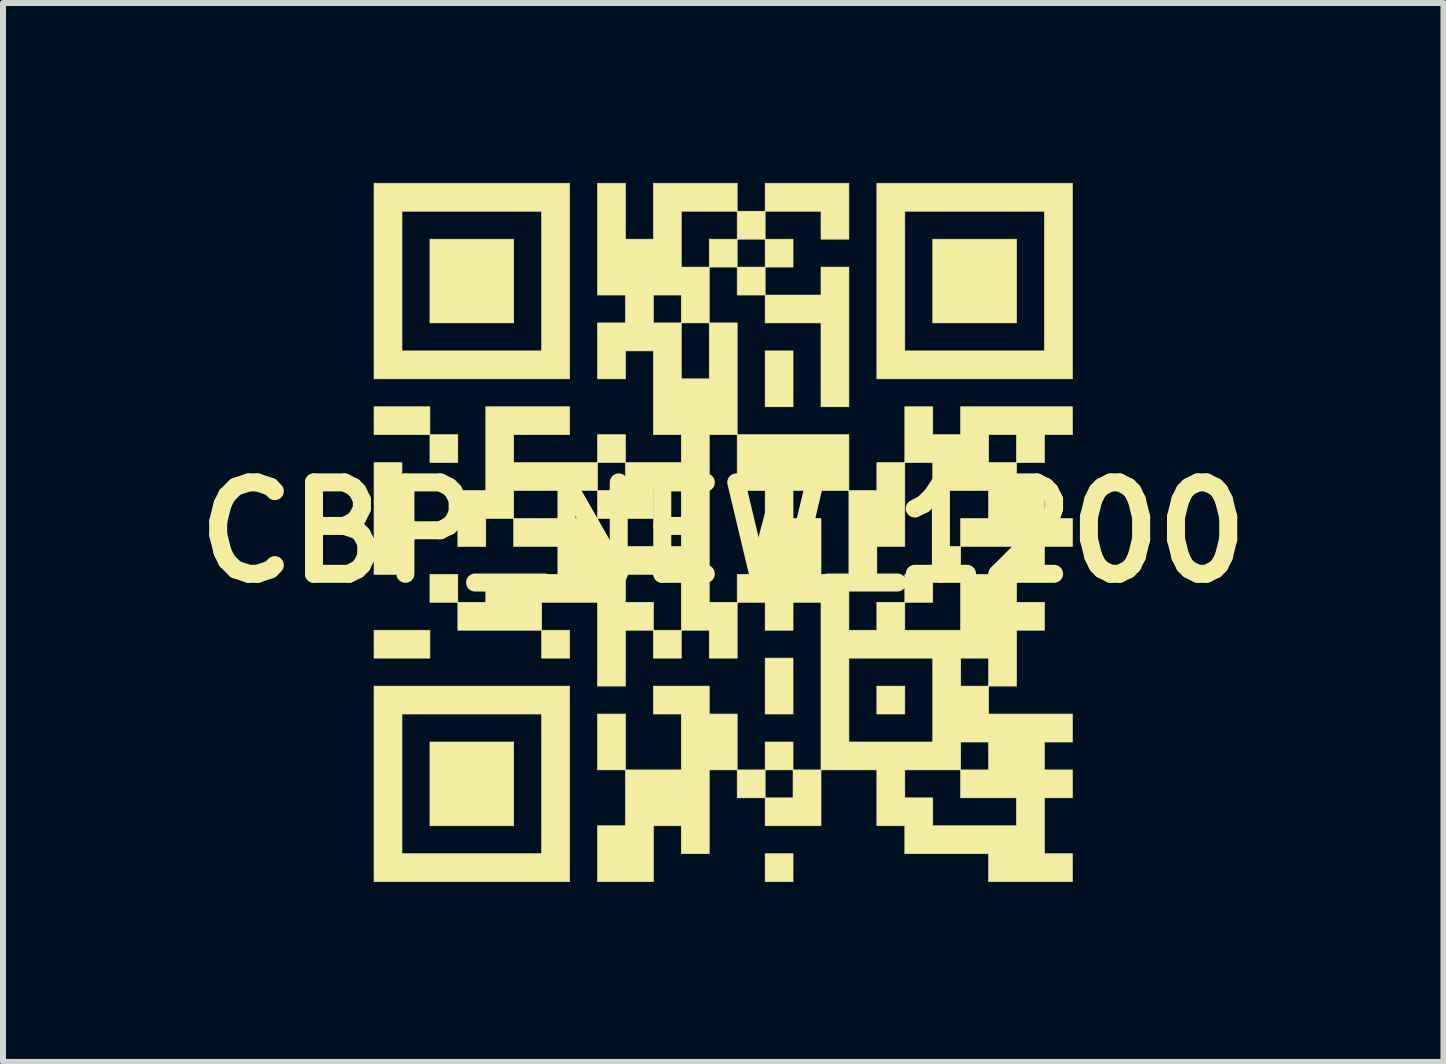
<source format=kicad_pcb>
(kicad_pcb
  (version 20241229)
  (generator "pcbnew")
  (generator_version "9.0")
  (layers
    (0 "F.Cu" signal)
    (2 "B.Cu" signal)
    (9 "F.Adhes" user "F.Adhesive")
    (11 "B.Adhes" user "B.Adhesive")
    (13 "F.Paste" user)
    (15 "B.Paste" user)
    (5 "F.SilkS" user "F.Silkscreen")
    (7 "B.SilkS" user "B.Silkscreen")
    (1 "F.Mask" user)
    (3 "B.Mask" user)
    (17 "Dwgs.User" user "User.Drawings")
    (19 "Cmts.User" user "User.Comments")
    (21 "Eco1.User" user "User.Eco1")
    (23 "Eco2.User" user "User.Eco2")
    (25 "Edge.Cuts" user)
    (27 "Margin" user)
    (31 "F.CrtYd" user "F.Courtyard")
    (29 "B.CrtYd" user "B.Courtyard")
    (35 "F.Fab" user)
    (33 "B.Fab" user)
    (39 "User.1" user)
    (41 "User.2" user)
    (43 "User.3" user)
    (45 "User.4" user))
  (footprint "CBP_NEW_1200"
    (layer "F.Cu")
    (at 9.006 5.826)
    (property "Reference" "CBP_NEW_1200" (at 0 0 0) (layer "F.SilkS") (effects (font (size 1.524 1.524) (thickness 0.3))))
    (attr through_hole)
    (fp_poly (pts (xy -5.355 0.699) (xy -5.821 0.699) (xy -5.821 -1.164) (xy -5.355 -1.164) (xy -5.355 0.699)) (stroke (width 0.01) (type solid)) (fill yes) (layer "F.SilkS"))
    (fp_poly (pts (xy -4.889 -1.63) (xy -5.821 -1.63) (xy -5.821 -2.095) (xy -4.889 -2.095) (xy -4.889 -1.63)) (stroke (width 0.01) (type solid)) (fill yes) (layer "F.SilkS"))
    (fp_poly (pts (xy -4.889 2.095) (xy -5.821 2.095) (xy -5.821 1.63) (xy -4.889 1.63) (xy -4.889 2.095)) (stroke (width 0.01) (type solid)) (fill yes) (layer "F.SilkS"))
    (fp_poly (pts (xy -4.424 -1.164) (xy -4.889 -1.164) (xy -4.889 -1.63) (xy -4.424 -1.63) (xy -4.424 -1.164)) (stroke (width 0.01) (type solid)) (fill yes) (layer "F.SilkS"))
    (fp_poly (pts (xy -4.424 1.164) (xy -4.889 1.164) (xy -4.889 0.699) (xy -4.424 0.699) (xy -4.424 1.164)) (stroke (width 0.01) (type solid)) (fill yes) (layer "F.SilkS"))
    (fp_poly (pts (xy -3.493 -3.493) (xy -4.889 -3.493) (xy -4.889 -4.889) (xy -3.493 -4.889) (xy -3.493 -3.493)) (stroke (width 0.01) (type solid)) (fill yes) (layer "F.SilkS"))
    (fp_poly (pts (xy -3.493 4.889) (xy -4.889 4.889) (xy -4.889 3.493) (xy -3.493 3.493) (xy -3.493 4.889)) (stroke (width 0.01) (type solid)) (fill yes) (layer "F.SilkS"))
    (fp_poly (pts (xy -2.561 2.095) (xy -3.027 2.095) (xy -3.027 1.63) (xy -2.561 1.63) (xy -2.561 2.095)) (stroke (width 0.01) (type solid)) (fill yes) (layer "F.SilkS"))
    (fp_poly (pts (xy -1.63 3.958) (xy -2.095 3.958) (xy -2.095 3.027) (xy -1.63 3.027) (xy -1.63 3.958)) (stroke (width 0.01) (type solid)) (fill yes) (layer "F.SilkS"))
    (fp_poly (pts (xy 0.699 -3.958) (xy 0.233 -3.958) (xy 0.233 -4.424) (xy 0.699 -4.424) (xy 0.699 -3.958)) (stroke (width 0.01) (type solid)) (fill yes) (layer "F.SilkS"))
    (fp_poly (pts (xy 1.164 -4.424) (xy 0.699 -4.424) (xy 0.699 -4.889) (xy 1.164 -4.889) (xy 1.164 -4.424)) (stroke (width 0.01) (type solid)) (fill yes) (layer "F.SilkS"))
    (fp_poly (pts (xy 1.164 -2.095) (xy 0.699 -2.095) (xy 0.699 -3.027) (xy 1.164 -3.027) (xy 1.164 -2.095)) (stroke (width 0.01) (type solid)) (fill yes) (layer "F.SilkS"))
    (fp_poly (pts (xy 1.164 3.027) (xy 0.699 3.027) (xy 0.699 2.095) (xy 1.164 2.095) (xy 1.164 3.027)) (stroke (width 0.01) (type solid)) (fill yes) (layer "F.SilkS"))
    (fp_poly (pts (xy 1.164 5.821) (xy 0.699 5.821) (xy 0.699 5.355) (xy 1.164 5.355) (xy 1.164 5.821)) (stroke (width 0.01) (type solid)) (fill yes) (layer "F.SilkS"))
    (fp_poly (pts (xy 3.027 3.027) (xy 2.561 3.027) (xy 2.561 2.561) (xy 3.027 2.561) (xy 3.027 3.027)) (stroke (width 0.01) (type solid)) (fill yes) (layer "F.SilkS"))
    (fp_poly (pts (xy 3.493 1.164) (xy 3.027 1.164) (xy 3.027 0.699) (xy 3.493 0.699) (xy 3.493 1.164)) (stroke (width 0.01) (type solid)) (fill yes) (layer "F.SilkS"))
    (fp_poly (pts (xy 3.958 0.699) (xy 3.493 0.699) (xy 3.493 0.233) (xy 3.958 0.233) (xy 3.958 0.699)) (stroke (width 0.01) (type solid)) (fill yes) (layer "F.SilkS"))
    (fp_poly (pts (xy 4.889 -3.493) (xy 3.493 -3.493) (xy 3.493 -4.889) (xy 4.889 -4.889) (xy 4.889 -3.493)) (stroke (width 0.01) (type solid)) (fill yes) (layer "F.SilkS"))
    (fp_poly (pts (xy 2.095 -4.889) (xy 1.63 -4.889) (xy 1.63 -5.355) (xy 0.699 -5.355) (xy 0.699 -5.821) (xy 2.095 -5.821) (xy 2.095 -4.889)) (stroke (width 0.01) (type solid)) (fill yes) (layer "F.SilkS"))
    (fp_poly (pts (xy 2.095 -2.095) (xy 1.63 -2.095) (xy 1.63 -3.493) (xy 0.699 -3.493) (xy 0.699 -3.958) (xy 1.63 -3.958) (xy 1.63 -4.424) (xy 2.095 -4.424) (xy 2.095 -2.095)) (stroke (width 0.01) (type solid)) (fill yes) (layer "F.SilkS"))
    (fp_poly (pts (xy -2.561 -2.561) (xy -5.821 -2.561) (xy -5.821 -5.355) (xy -5.355 -5.355) (xy -5.355 -3.027) (xy -3.027 -3.027) (xy -3.027 -5.355) (xy -5.355 -5.355) (xy -5.821 -5.355) (xy -5.821 -5.821) (xy -2.561 -5.821) (xy -2.561 -2.561)) (stroke (width 0.01) (type solid)) (fill yes) (layer "F.SilkS"))
    (fp_poly (pts (xy -2.561 5.821) (xy -5.821 5.821) (xy -5.821 3.027) (xy -5.355 3.027) (xy -5.355 5.355) (xy -3.027 5.355) (xy -3.027 3.027) (xy -5.355 3.027) (xy -5.821 3.027) (xy -5.821 2.561) (xy -2.561 2.561) (xy -2.561 5.821)) (stroke (width 0.01) (type solid)) (fill yes) (layer "F.SilkS"))
    (fp_poly (pts (xy 5.821 -2.561) (xy 2.561 -2.561) (xy 2.561 -5.355) (xy 3.027 -5.355) (xy 3.027 -3.027) (xy 5.355 -3.027) (xy 5.355 -5.355) (xy 3.027 -5.355) (xy 2.561 -5.355) (xy 2.561 -5.821) (xy 5.821 -5.821) (xy 5.821 -2.561)) (stroke (width 0.01) (type solid)) (fill yes) (layer "F.SilkS"))
    (fp_poly (pts (xy 1.63 3.958) (xy 1.63 4.889) (xy 0.699 4.889) (xy 0.699 4.424) (xy 0.233 4.424) (xy 0.233 3.958) (xy 0.699 3.958) (xy 0.699 4.424) (xy 1.164 4.424) (xy 1.164 3.958) (xy 0.699 3.958) (xy 0.699 3.493) (xy 1.164 3.493) (xy 1.164 3.958) (xy 1.63 3.958)) (stroke (width 0.01) (type solid)) (fill yes) (layer "F.SilkS"))
    (fp_poly (pts (xy -0.233 3.027) (xy 0.233 3.027) (xy 0.233 3.958) (xy -0.233 3.958) (xy -0.233 5.355) (xy -0.699 5.355) (xy -0.699 4.889) (xy -1.164 4.889) (xy -1.164 5.821) (xy -2.095 5.821) (xy -2.095 4.889) (xy -1.63 4.889) (xy -1.63 3.958) (xy -0.699 3.958) (xy -0.699 3.027) (xy -1.164 3.027) (xy -1.164 2.561) (xy -0.233 2.561) (xy -0.233 3.027)) (stroke (width 0.01) (type solid)) (fill yes) (layer "F.SilkS"))
    (fp_poly (pts (xy 0.233 -3.493) (xy 0.233 -1.63) (xy -0.233 -1.63) (xy -0.233 1.164) (xy 0.233 1.164) (xy 0.233 2.095) (xy -0.233 2.095) (xy -0.233 1.63) (xy -0.699 1.63) (xy -0.699 2.095) (xy -1.164 2.095) (xy -1.164 1.63) (xy -1.63 1.63) (xy -1.63 2.561) (xy -2.095 2.561) (xy -2.095 1.164) (xy -3.027 1.164) (xy -3.027 1.63) (xy -4.424 1.63) (xy -4.424 1.164) (xy -3.958 1.164) (xy -3.958 0.699) (xy -2.561 0.699) (xy -1.63 0.699) (xy -1.63 1.164) (xy -1.164 1.164) (xy -1.164 1.63) (xy -0.699 1.63) (xy -0.699 0.699) (xy -1.63 0.699) (xy -2.561 0.699) (xy -2.561 0.233) (xy -3.493 0.233) (xy -3.493 -0.233) (xy -3.958 -0.233) (xy -3.958 0.233) (xy -4.424 0.233) (xy -4.424 -0.699) (xy -3.958 -0.699) (xy -3.493 -0.699) (xy -3.493 -0.233) (xy -2.095 -0.233) (xy -2.095 0.233) (xy -0.699 0.233) (xy -0.699 -0.699) (xy -1.164 -0.699) (xy -1.164 -0.233) (xy -2.095 -0.233) (xy -2.095 -0.699) (xy -3.493 -0.699) (xy -3.958 -0.699) (xy -3.958 -2.095) (xy -2.561 -2.095) (xy -2.561 -1.63) (xy -3.493 -1.63) (xy -3.493 -1.164) (xy -2.095 -1.164) (xy -2.095 -0.699) (xy -1.63 -0.699) (xy -1.63 -1.164) (xy -2.095 -1.164) (xy -2.095 -1.63) (xy -1.63 -1.63) (xy -1.63 -1.164) (xy -0.699 -1.164) (xy -0.699 -1.63) (xy -1.164 -1.63) (xy -1.164 -3.027) (xy -1.63 -3.027) (xy -1.63 -2.561) (xy -2.095 -2.561) (xy -2.095 -3.493) (xy -1.63 -3.493) (xy -1.63 -3.958) (xy -1.164 -3.958) (xy -1.164 -3.493) (xy -0.699 -3.493) (xy -0.699 -2.561) (xy -0.233 -2.561) (xy -0.233 -3.493) (xy -0.699 -3.493) (xy -0.699 -3.958) (xy -1.164 -3.958) (xy -1.63 -3.958) (xy -2.095 -3.958) (xy -2.095 -5.821) (xy -1.63 -5.821) (xy -1.63 -4.889) (xy -1.164 -4.889) (xy -1.164 -5.355) (xy -0.699 -5.355) (xy -0.699 -4.424) (xy -0.233 -4.424) (xy -0.233 -4.889) (xy 0.233 -4.889) (xy 0.233 -5.355) (xy -0.699 -5.355) (xy -1.164 -5.355) (xy -1.164 -5.821) (xy 0.233 -5.821) (xy 0.233 -5.355) (xy 0.699 -5.355) (xy 0.699 -4.889) (xy 0.233 -4.889) (xy 0.233 -4.424) (xy -0.233 -4.424) (xy -0.233 -3.493) (xy 0.233 -3.493)) (stroke (width 0.01) (type solid)) (fill yes) (layer "F.SilkS"))
    (fp_poly (pts (xy 3.493 -1.63) (xy 3.958 -1.63) (xy 4.424 -1.63) (xy 4.424 -1.164) (xy 4.889 -1.164) (xy 4.889 -1.63) (xy 4.424 -1.63) (xy 3.958 -1.63) (xy 3.958 -2.095) (xy 5.821 -2.095) (xy 5.821 -1.63) (xy 5.355 -1.63) (xy 5.355 -1.164) (xy 4.889 -1.164) (xy 4.889 -0.699) (xy 5.355 -0.699) (xy 5.355 -0.233) (xy 5.821 -0.233) (xy 5.821 0.233) (xy 5.355 0.233) (xy 5.355 0.699) (xy 4.889 0.699) (xy 4.889 1.164) (xy 5.355 1.164) (xy 5.355 1.63) (xy 4.889 1.63) (xy 4.889 2.561) (xy 4.424 2.561) (xy 4.424 3.027) (xy 5.821 3.027) (xy 5.821 3.493) (xy 5.355 3.493) (xy 5.355 3.958) (xy 5.821 3.958) (xy 5.821 4.424) (xy 5.355 4.424) (xy 5.355 5.355) (xy 5.821 5.355) (xy 5.821 5.821) (xy 4.424 5.821) (xy 4.424 5.355) (xy 3.027 5.355) (xy 3.027 4.889) (xy 2.561 4.889) (xy 2.561 3.958) (xy 3.027 3.958) (xy 3.027 4.424) (xy 3.493 4.424) (xy 3.493 4.889) (xy 4.889 4.889) (xy 4.889 4.424) (xy 3.958 4.424) (xy 3.958 3.958) (xy 3.027 3.958) (xy 2.561 3.958) (xy 1.63 3.958) (xy 1.63 2.095) (xy 2.095 2.095) (xy 2.095 3.493) (xy 3.493 3.493) (xy 3.958 3.493) (xy 3.958 3.958) (xy 4.424 3.958) (xy 4.424 3.493) (xy 3.958 3.493) (xy 3.493 3.493) (xy 3.493 2.095) (xy 3.958 2.095) (xy 3.958 2.561) (xy 4.424 2.561) (xy 4.424 2.095) (xy 3.958 2.095) (xy 3.493 2.095) (xy 2.095 2.095) (xy 1.63 2.095) (xy 1.63 1.164) (xy 1.164 1.164) (xy 1.164 1.63) (xy 0.699 1.63) (xy 0.699 1.164) (xy 0.233 1.164) (xy 0.233 0.699) (xy 0.699 0.699) (xy 0.699 -0.699) (xy 1.164 -0.699) (xy 1.164 -0.233) (xy 1.63 -0.233) (xy 1.63 0.699) (xy 2.095 0.699) (xy 2.095 1.63) (xy 2.561 1.63) (xy 2.561 1.164) (xy 3.027 1.164) (xy 3.027 1.63) (xy 3.958 1.63) (xy 3.958 0.699) (xy 4.889 0.699) (xy 4.889 0.233) (xy 3.958 0.233) (xy 3.958 -0.233) (xy 4.424 -0.233) (xy 4.424 -0.699) (xy 3.493 -0.699) (xy 3.493 -1.164) (xy 3.027 -1.164) (xy 3.027 0.233) (xy 2.561 0.233) (xy 2.561 0.699) (xy 2.095 0.699) (xy 2.095 -0.699) (xy 1.164 -0.699) (xy 0.699 -0.699) (xy 0.233 -0.699) (xy 0.233 -1.63) (xy 2.095 -1.63) (xy 2.095 -0.699) (xy 2.561 -0.699) (xy 2.561 -1.164) (xy 3.027 -1.164) (xy 3.027 -2.095) (xy 3.493 -2.095) (xy 3.493 -1.63)) (stroke (width 0.01) (type solid)) (fill yes) (layer "F.SilkS")))
  (gr_rect
    (start -3 -3)
    (end 21.012 14.652)
    (stroke (width 0.1) (type default))
    (fill no)
    (layer "Edge.Cuts")))
</source>
